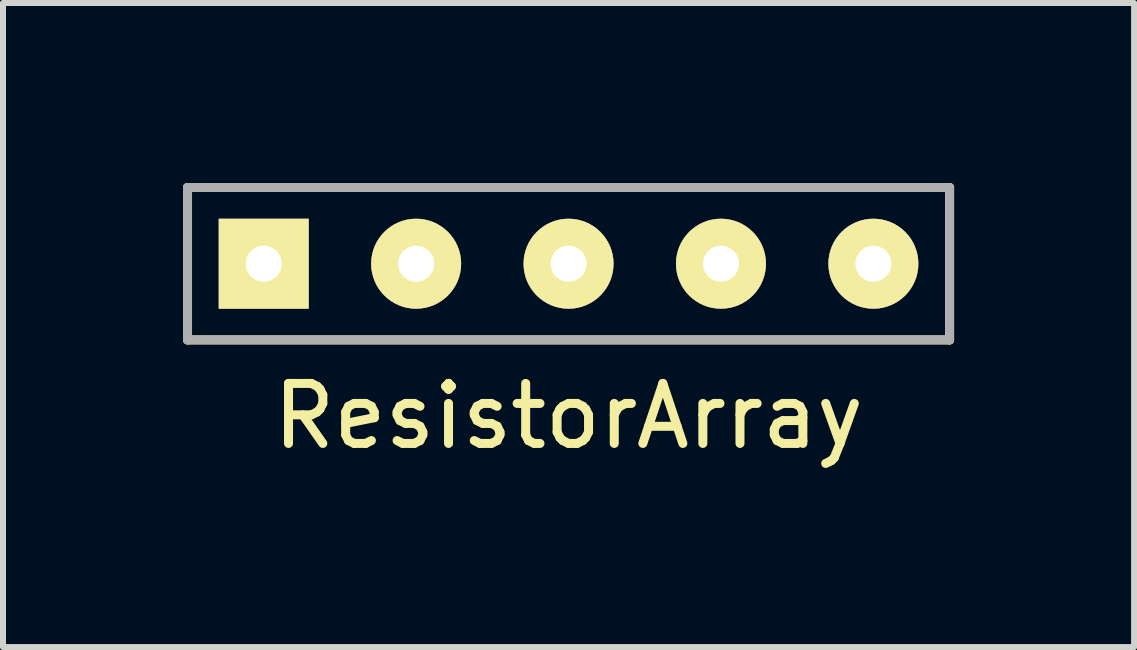
<source format=kicad_pcb>
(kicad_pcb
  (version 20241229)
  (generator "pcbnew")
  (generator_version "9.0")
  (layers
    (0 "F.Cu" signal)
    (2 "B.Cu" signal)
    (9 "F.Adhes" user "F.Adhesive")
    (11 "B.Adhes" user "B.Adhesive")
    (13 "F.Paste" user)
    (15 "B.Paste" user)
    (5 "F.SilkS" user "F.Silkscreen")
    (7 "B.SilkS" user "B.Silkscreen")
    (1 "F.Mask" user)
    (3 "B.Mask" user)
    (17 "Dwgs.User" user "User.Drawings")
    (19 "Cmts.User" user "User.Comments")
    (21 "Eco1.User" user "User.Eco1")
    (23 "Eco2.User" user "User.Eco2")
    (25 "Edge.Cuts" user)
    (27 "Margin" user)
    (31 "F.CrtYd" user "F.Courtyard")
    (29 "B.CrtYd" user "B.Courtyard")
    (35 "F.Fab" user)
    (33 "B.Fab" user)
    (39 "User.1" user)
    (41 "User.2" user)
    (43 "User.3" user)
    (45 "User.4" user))
  (footprint "ResistorArray"
    (layer "F.Cu")
    (at 6.425 1.345)
    (property "Reference" "ResistorArray" (at 0 2.54 0) (layer "F.SilkS") (effects (font (size 1 1) (thickness 0.15))))
    (attr through_hole)
    (fp_line (start -6.35 -1.27) (end 6.35 -1.27) (stroke (width 0.15) (type solid)) (layer "F.SilkS"))
    (fp_line (start -6.35 1.27) (end -6.35 -1.27) (stroke (width 0.15) (type solid)) (layer "F.SilkS"))
    (fp_line (start 6.35 -1.27) (end 6.35 1.27) (stroke (width 0.15) (type solid)) (layer "F.SilkS"))
    (fp_line (start 6.35 1.27) (end -6.35 1.27) (stroke (width 0.15) (type solid)) (layer "F.SilkS"))
    (fp_line (start -6.35 -1.27) (end 6.35 -1.27) (stroke (width 0.15) (type solid)) (layer "F.Fab"))
    (fp_line (start -6.35 1.27) (end -6.35 -1.27) (stroke (width 0.15) (type solid)) (layer "F.Fab"))
    (fp_line (start 6.35 -1.27) (end 6.35 1.27) (stroke (width 0.15) (type solid)) (layer "F.Fab"))
    (fp_line (start 6.35 1.27) (end -6.35 1.27) (stroke (width 0.15) (type solid)) (layer "F.Fab"))
    (pad "1" thru_hole rect (at -5.08 0) (size 1.5 1.5) (drill 0.6) (layers "*.Cu" "*.Mask" "F.SilkS"))
    (pad "2" thru_hole circle (at -2.54 0) (size 1.5 1.5) (drill 0.6) (layers "*.Cu" "*.Mask" "F.SilkS"))
    (pad "3" thru_hole circle (at 0 0) (size 1.5 1.5) (drill 0.6) (layers "*.Cu" "*.Mask" "F.SilkS"))
    (pad "4" thru_hole circle (at 2.54 0) (size 1.5 1.5) (drill 0.6) (layers "*.Cu" "*.Mask" "F.SilkS"))
    (pad "5" thru_hole circle (at 5.08 0) (size 1.5 1.5) (drill 0.6) (layers "*.Cu" "*.Mask" "F.SilkS")))
  (gr_rect
    (start -3 -3)
    (end 15.85 7.733)
    (stroke (width 0.1) (type default))
    (fill no)
    (layer "Edge.Cuts")))
</source>
